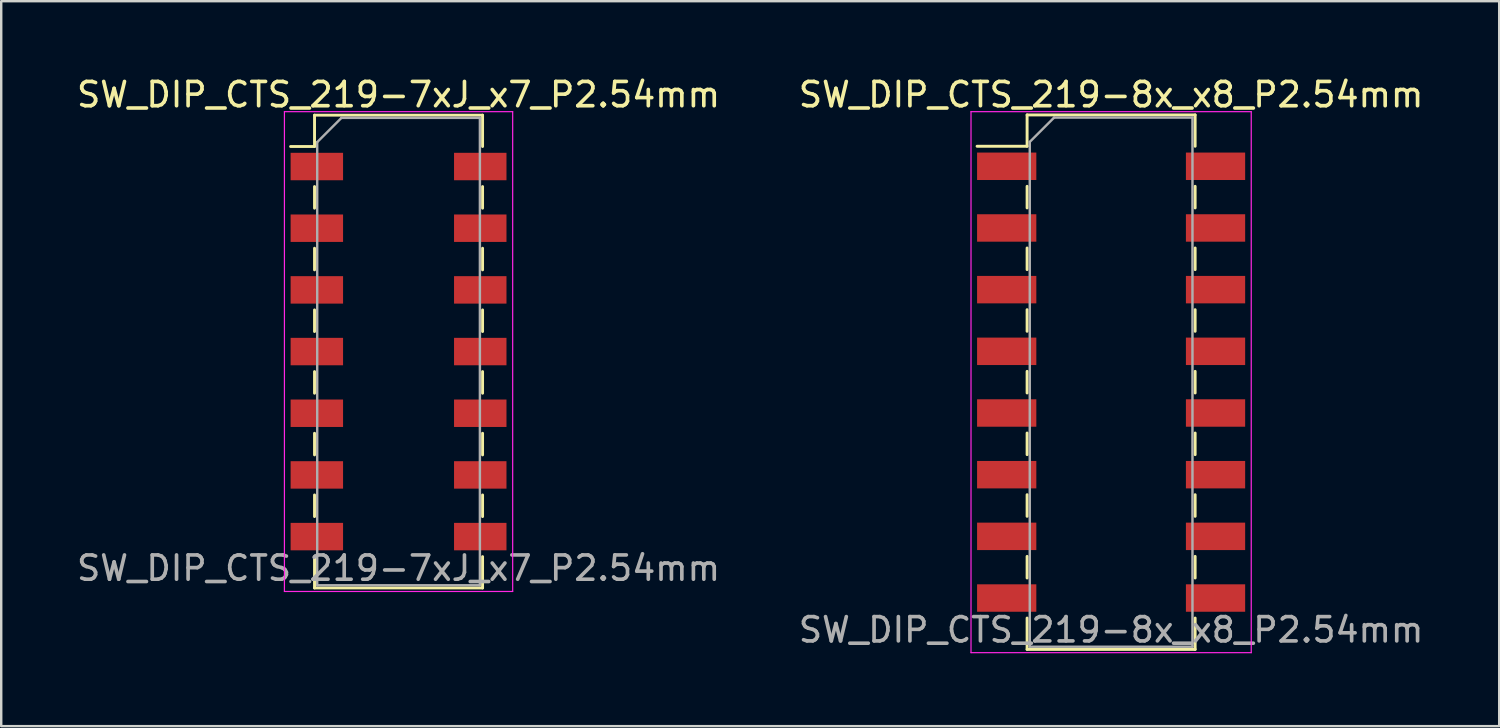
<source format=kicad_pcb>
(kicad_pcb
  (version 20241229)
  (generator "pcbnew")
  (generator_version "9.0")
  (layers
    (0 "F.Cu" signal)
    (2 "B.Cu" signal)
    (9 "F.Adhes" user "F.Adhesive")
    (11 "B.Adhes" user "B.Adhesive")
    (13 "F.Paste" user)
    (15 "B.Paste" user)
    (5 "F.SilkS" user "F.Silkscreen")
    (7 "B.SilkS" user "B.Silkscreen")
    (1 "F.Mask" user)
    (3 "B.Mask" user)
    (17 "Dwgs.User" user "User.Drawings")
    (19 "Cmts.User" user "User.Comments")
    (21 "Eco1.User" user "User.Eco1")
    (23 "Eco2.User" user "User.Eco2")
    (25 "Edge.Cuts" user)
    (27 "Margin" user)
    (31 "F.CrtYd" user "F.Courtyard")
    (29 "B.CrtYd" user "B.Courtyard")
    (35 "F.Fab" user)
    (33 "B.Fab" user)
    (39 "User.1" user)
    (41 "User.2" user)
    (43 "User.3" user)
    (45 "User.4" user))
  (footprint "SW_DIP_CTS_219-8x_x8_P2.54mm"
    (layer "F.Cu")
    (at 42.708 12.688)
    (property "Reference" "SW_DIP_CTS_219-8x_x8_P2.54mm" (at 0 -11.84 0) (layer "F.SilkS") (effects (font (size 1 1) (thickness 0.15))))
    (attr smd)
    (fp_line (start -5.52 -9.715) (end -3.46 -9.715) (stroke (width 0.12) (type solid)) (layer "F.SilkS"))
    (fp_line (start -3.46 -11.005) (end 3.46 -11.005) (stroke (width 0.12) (type solid)) (layer "F.SilkS"))
    (fp_line (start -3.46 -9.715) (end -3.46 -11.005) (stroke (width 0.12) (type solid)) (layer "F.SilkS"))
    (fp_line (start -3.46 -8.065) (end -3.46 -7.175) (stroke (width 0.12) (type solid)) (layer "F.SilkS"))
    (fp_line (start -3.46 -5.525) (end -3.46 -4.635) (stroke (width 0.12) (type solid)) (layer "F.SilkS"))
    (fp_line (start -3.46 -2.985) (end -3.46 -2.095) (stroke (width 0.12) (type solid)) (layer "F.SilkS"))
    (fp_line (start -3.46 -0.445) (end -3.46 0.445) (stroke (width 0.12) (type solid)) (layer "F.SilkS"))
    (fp_line (start -3.46 2.095) (end -3.46 2.985) (stroke (width 0.12) (type solid)) (layer "F.SilkS"))
    (fp_line (start -3.46 4.635) (end -3.46 5.525) (stroke (width 0.12) (type solid)) (layer "F.SilkS"))
    (fp_line (start -3.46 7.175) (end -3.46 8.065) (stroke (width 0.12) (type solid)) (layer "F.SilkS"))
    (fp_line (start -3.46 9.715) (end -3.46 11.005) (stroke (width 0.12) (type solid)) (layer "F.SilkS"))
    (fp_line (start -3.46 11.005) (end 3.46 11.005) (stroke (width 0.12) (type solid)) (layer "F.SilkS"))
    (fp_line (start 3.46 -11.005) (end 3.46 -9.715) (stroke (width 0.12) (type solid)) (layer "F.SilkS"))
    (fp_line (start 3.46 -8.065) (end 3.46 -7.175) (stroke (width 0.12) (type solid)) (layer "F.SilkS"))
    (fp_line (start 3.46 -5.525) (end 3.46 -4.635) (stroke (width 0.12) (type solid)) (layer "F.SilkS"))
    (fp_line (start 3.46 -2.985) (end 3.46 -2.095) (stroke (width 0.12) (type solid)) (layer "F.SilkS"))
    (fp_line (start 3.46 -0.445) (end 3.46 0.445) (stroke (width 0.12) (type solid)) (layer "F.SilkS"))
    (fp_line (start 3.46 2.095) (end 3.46 2.985) (stroke (width 0.12) (type solid)) (layer "F.SilkS"))
    (fp_line (start 3.46 4.635) (end 3.46 5.525) (stroke (width 0.12) (type solid)) (layer "F.SilkS"))
    (fp_line (start 3.46 7.175) (end 3.46 8.065) (stroke (width 0.12) (type solid)) (layer "F.SilkS"))
    (fp_line (start 3.46 11.005) (end 3.46 9.715) (stroke (width 0.12) (type solid)) (layer "F.SilkS"))
    (fp_line (start -5.77 -11.14) (end 5.77 -11.14) (stroke (width 0.05) (type solid)) (layer "F.CrtYd"))
    (fp_line (start -5.77 11.14) (end -5.77 -11.14) (stroke (width 0.05) (type solid)) (layer "F.CrtYd"))
    (fp_line (start 5.77 -11.14) (end 5.77 11.14) (stroke (width 0.05) (type solid)) (layer "F.CrtYd"))
    (fp_line (start 5.77 11.14) (end -5.77 11.14) (stroke (width 0.05) (type solid)) (layer "F.CrtYd"))
    (fp_line (start -3.35 -9.895) (end -2.35 -10.895) (stroke (width 0.1) (type solid)) (layer "F.Fab"))
    (fp_line (start -3.35 10.895) (end -3.35 -9.895) (stroke (width 0.1) (type solid)) (layer "F.Fab"))
    (fp_line (start -2.35 -10.895) (end 3.35 -10.895) (stroke (width 0.1) (type solid)) (layer "F.Fab"))
    (fp_line (start 3.35 -10.895) (end 3.35 10.895) (stroke (width 0.1) (type solid)) (layer "F.Fab"))
    (fp_line (start 3.35 10.895) (end -3.35 10.895) (stroke (width 0.1) (type solid)) (layer "F.Fab"))
    (fp_text user "${REFERENCE}" (at 0 10.2 0) (layer "F.Fab") (effects (font (size 1 1) (thickness 0.15))))
    (pad "1" smd rect (at -4.3 -8.89) (size 2.44 1.13) (layers "F.Cu" "F.Mask" "F.Paste"))
    (pad "2" smd rect (at -4.3 -6.35) (size 2.44 1.13) (layers "F.Cu" "F.Mask" "F.Paste"))
    (pad "3" smd rect (at -4.3 -3.81) (size 2.44 1.13) (layers "F.Cu" "F.Mask" "F.Paste"))
    (pad "4" smd rect (at -4.3 -1.27) (size 2.44 1.13) (layers "F.Cu" "F.Mask" "F.Paste"))
    (pad "5" smd rect (at -4.3 1.27) (size 2.44 1.13) (layers "F.Cu" "F.Mask" "F.Paste"))
    (pad "6" smd rect (at -4.3 3.81) (size 2.44 1.13) (layers "F.Cu" "F.Mask" "F.Paste"))
    (pad "7" smd rect (at -4.3 6.35) (size 2.44 1.13) (layers "F.Cu" "F.Mask" "F.Paste"))
    (pad "8" smd rect (at -4.3 8.89) (size 2.44 1.13) (layers "F.Cu" "F.Mask" "F.Paste"))
    (pad "9" smd rect (at 4.3 8.89) (size 2.44 1.13) (layers "F.Cu" "F.Mask" "F.Paste"))
    (pad "10" smd rect (at 4.3 6.35) (size 2.44 1.13) (layers "F.Cu" "F.Mask" "F.Paste"))
    (pad "11" smd rect (at 4.3 3.81) (size 2.44 1.13) (layers "F.Cu" "F.Mask" "F.Paste"))
    (pad "12" smd rect (at 4.3 1.27) (size 2.44 1.13) (layers "F.Cu" "F.Mask" "F.Paste"))
    (pad "13" smd rect (at 4.3 -1.27) (size 2.44 1.13) (layers "F.Cu" "F.Mask" "F.Paste"))
    (pad "14" smd rect (at 4.3 -3.81) (size 2.44 1.13) (layers "F.Cu" "F.Mask" "F.Paste"))
    (pad "15" smd rect (at 4.3 -6.35) (size 2.44 1.13) (layers "F.Cu" "F.Mask" "F.Paste"))
    (pad "16" smd rect (at 4.3 -8.89) (size 2.44 1.13) (layers "F.Cu" "F.Mask" "F.Paste")))
  (footprint "SW_DIP_CTS_219-7xJ_x7_P2.54mm"
    (layer "F.Cu")
    (at 13.363 11.428)
    (property "Reference" "SW_DIP_CTS_219-7xJ_x7_P2.54mm" (at 0 -10.58 0) (layer "F.SilkS") (effects (font (size 1 1) (thickness 0.15))))
    (attr smd)
    (fp_line (start -4.445 -8.445) (end -3.46 -8.445) (stroke (width 0.12) (type solid)) (layer "F.SilkS"))
    (fp_line (start -3.46 -9.735) (end 3.46 -9.735) (stroke (width 0.12) (type solid)) (layer "F.SilkS"))
    (fp_line (start -3.46 -8.445) (end -3.46 -9.735) (stroke (width 0.12) (type solid)) (layer "F.SilkS"))
    (fp_line (start -3.46 -6.795) (end -3.46 -5.905) (stroke (width 0.12) (type solid)) (layer "F.SilkS"))
    (fp_line (start -3.46 -4.255) (end -3.46 -3.365) (stroke (width 0.12) (type solid)) (layer "F.SilkS"))
    (fp_line (start -3.46 -1.715) (end -3.46 -0.825) (stroke (width 0.12) (type solid)) (layer "F.SilkS"))
    (fp_line (start -3.46 0.825) (end -3.46 1.715) (stroke (width 0.12) (type solid)) (layer "F.SilkS"))
    (fp_line (start -3.46 3.365) (end -3.46 4.255) (stroke (width 0.12) (type solid)) (layer "F.SilkS"))
    (fp_line (start -3.46 5.905) (end -3.46 6.795) (stroke (width 0.12) (type solid)) (layer "F.SilkS"))
    (fp_line (start -3.46 8.445) (end -3.46 9.735) (stroke (width 0.12) (type solid)) (layer "F.SilkS"))
    (fp_line (start -3.46 9.735) (end 3.46 9.735) (stroke (width 0.12) (type solid)) (layer "F.SilkS"))
    (fp_line (start 3.46 -9.735) (end 3.46 -8.445) (stroke (width 0.12) (type solid)) (layer "F.SilkS"))
    (fp_line (start 3.46 -6.795) (end 3.46 -5.905) (stroke (width 0.12) (type solid)) (layer "F.SilkS"))
    (fp_line (start 3.46 -4.255) (end 3.46 -3.365) (stroke (width 0.12) (type solid)) (layer "F.SilkS"))
    (fp_line (start 3.46 -1.715) (end 3.46 -0.825) (stroke (width 0.12) (type solid)) (layer "F.SilkS"))
    (fp_line (start 3.46 0.825) (end 3.46 1.715) (stroke (width 0.12) (type solid)) (layer "F.SilkS"))
    (fp_line (start 3.46 3.365) (end 3.46 4.255) (stroke (width 0.12) (type solid)) (layer "F.SilkS"))
    (fp_line (start 3.46 5.905) (end 3.46 6.795) (stroke (width 0.12) (type solid)) (layer "F.SilkS"))
    (fp_line (start 3.46 9.735) (end 3.46 8.445) (stroke (width 0.12) (type solid)) (layer "F.SilkS"))
    (fp_line (start -4.7 -9.88) (end 4.7 -9.88) (stroke (width 0.05) (type solid)) (layer "F.CrtYd"))
    (fp_line (start -4.7 9.88) (end -4.7 -9.88) (stroke (width 0.05) (type solid)) (layer "F.CrtYd"))
    (fp_line (start 4.7 -9.88) (end 4.7 9.88) (stroke (width 0.05) (type solid)) (layer "F.CrtYd"))
    (fp_line (start 4.7 9.88) (end -4.7 9.88) (stroke (width 0.05) (type solid)) (layer "F.CrtYd"))
    (fp_line (start -3.35 -8.625) (end -2.35 -9.625) (stroke (width 0.1) (type solid)) (layer "F.Fab"))
    (fp_line (start -3.35 9.625) (end -3.35 -8.625) (stroke (width 0.1) (type solid)) (layer "F.Fab"))
    (fp_line (start -2.35 -9.625) (end 3.35 -9.625) (stroke (width 0.1) (type solid)) (layer "F.Fab"))
    (fp_line (start 3.35 -9.625) (end 3.35 9.625) (stroke (width 0.1) (type solid)) (layer "F.Fab"))
    (fp_line (start 3.35 9.625) (end -3.35 9.625) (stroke (width 0.1) (type solid)) (layer "F.Fab"))
    (fp_text user "${REFERENCE}" (at 0 8.92 0) (layer "F.Fab") (effects (font (size 1 1) (thickness 0.15))))
    (pad "1" smd rect (at -3.365 -7.62) (size 2.16 1.13) (layers "F.Cu" "F.Mask" "F.Paste"))
    (pad "2" smd rect (at -3.365 -5.08) (size 2.16 1.13) (layers "F.Cu" "F.Mask" "F.Paste"))
    (pad "3" smd rect (at -3.365 -2.54) (size 2.16 1.13) (layers "F.Cu" "F.Mask" "F.Paste"))
    (pad "4" smd rect (at -3.365 0) (size 2.16 1.13) (layers "F.Cu" "F.Mask" "F.Paste"))
    (pad "5" smd rect (at -3.365 2.54) (size 2.16 1.13) (layers "F.Cu" "F.Mask" "F.Paste"))
    (pad "6" smd rect (at -3.365 5.08) (size 2.16 1.13) (layers "F.Cu" "F.Mask" "F.Paste"))
    (pad "7" smd rect (at -3.365 7.62) (size 2.16 1.13) (layers "F.Cu" "F.Mask" "F.Paste"))
    (pad "8" smd rect (at 3.365 7.62) (size 2.16 1.13) (layers "F.Cu" "F.Mask" "F.Paste"))
    (pad "9" smd rect (at 3.365 5.08) (size 2.16 1.13) (layers "F.Cu" "F.Mask" "F.Paste"))
    (pad "10" smd rect (at 3.365 2.54) (size 2.16 1.13) (layers "F.Cu" "F.Mask" "F.Paste"))
    (pad "11" smd rect (at 3.365 0) (size 2.16 1.13) (layers "F.Cu" "F.Mask" "F.Paste"))
    (pad "12" smd rect (at 3.365 -2.54) (size 2.16 1.13) (layers "F.Cu" "F.Mask" "F.Paste"))
    (pad "13" smd rect (at 3.365 -5.08) (size 2.16 1.13) (layers "F.Cu" "F.Mask" "F.Paste"))
    (pad "14" smd rect (at 3.365 -7.62) (size 2.16 1.13) (layers "F.Cu" "F.Mask" "F.Paste")))
  (gr_rect
    (start -3 -3)
    (end 58.69 26.853)
    (stroke (width 0.1) (type default))
    (fill no)
    (layer "Edge.Cuts")))
</source>
